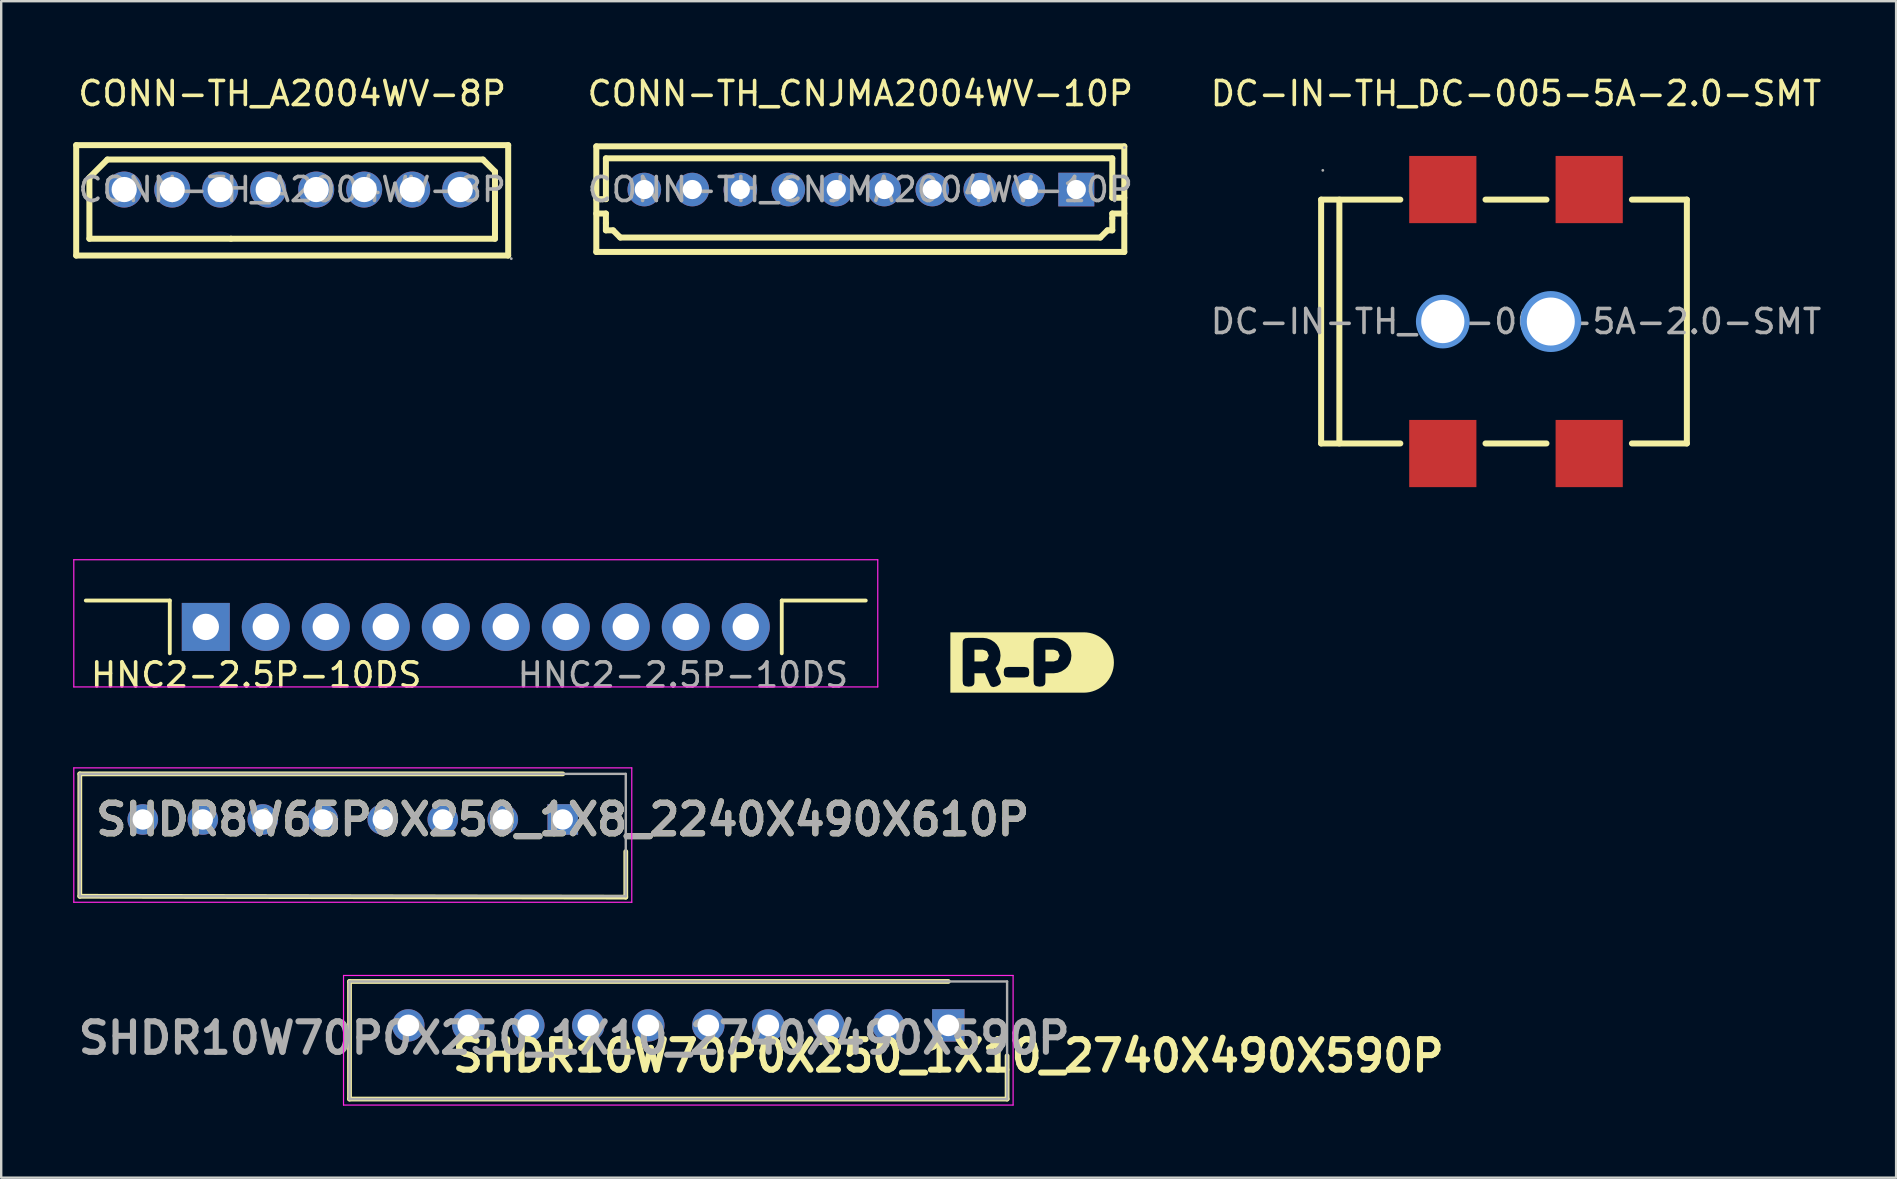
<source format=kicad_pcb>
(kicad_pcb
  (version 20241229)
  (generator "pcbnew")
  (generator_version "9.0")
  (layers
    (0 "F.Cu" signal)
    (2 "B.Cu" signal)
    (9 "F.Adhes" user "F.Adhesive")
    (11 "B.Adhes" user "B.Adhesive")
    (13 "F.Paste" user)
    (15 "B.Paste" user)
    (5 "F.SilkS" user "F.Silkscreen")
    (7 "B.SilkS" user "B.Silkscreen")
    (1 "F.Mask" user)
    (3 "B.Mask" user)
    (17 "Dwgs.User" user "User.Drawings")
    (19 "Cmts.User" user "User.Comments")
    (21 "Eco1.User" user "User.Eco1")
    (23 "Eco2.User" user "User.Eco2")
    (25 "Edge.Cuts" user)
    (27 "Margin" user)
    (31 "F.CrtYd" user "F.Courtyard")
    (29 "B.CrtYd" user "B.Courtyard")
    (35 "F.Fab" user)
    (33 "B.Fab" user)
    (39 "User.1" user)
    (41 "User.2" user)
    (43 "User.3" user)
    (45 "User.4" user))
  (footprint "SHDR10W70P0X250_1X10_2740X490X590P"
    (layer "F.Cu")
    (at 13.964 39.676)
    (property "Reference" "SHDR10W70P0X250_1X10_2740X490X590P" (at 22.5 1.27 180) (layer "F.SilkS") (effects (font (size 1.27 1.27) (thickness 0.254))))
    (attr through_hole)
    (fp_line (start -2.45 -1.83) (end -2.45 3.07) (stroke (width 0.2) (type solid)) (layer "F.SilkS"))
    (fp_line (start -2.45 3.07) (end 24.95 3.07) (stroke (width 0.2) (type solid)) (layer "F.SilkS"))
    (fp_line (start 22.5 -1.83) (end -2.45 -1.83) (stroke (width 0.2) (type solid)) (layer "F.SilkS"))
    (fp_line (start 24.95 3.07) (end 24.95 1.27) (stroke (width 0.2) (type solid)) (layer "F.SilkS"))
    (fp_line (start -2.7 -2.08) (end 25.2 -2.08) (stroke (width 0.05) (type solid)) (layer "F.CrtYd"))
    (fp_line (start -2.7 3.32) (end -2.7 -2.08) (stroke (width 0.05) (type solid)) (layer "F.CrtYd"))
    (fp_line (start 25.2 -2.08) (end 25.2 3.32) (stroke (width 0.05) (type solid)) (layer "F.CrtYd"))
    (fp_line (start 25.2 3.32) (end -2.7 3.32) (stroke (width 0.05) (type solid)) (layer "F.CrtYd"))
    (fp_line (start -2.45 -1.83) (end 24.95 -1.83) (stroke (width 0.1) (type solid)) (layer "F.Fab"))
    (fp_line (start -2.45 3.07) (end -2.45 -1.83) (stroke (width 0.1) (type solid)) (layer "F.Fab"))
    (fp_line (start 24.95 -1.83) (end 24.95 3.07) (stroke (width 0.1) (type solid)) (layer "F.Fab"))
    (fp_line (start 24.95 3.07) (end -2.45 3.07) (stroke (width 0.1) (type solid)) (layer "F.Fab"))
    (fp_text user "${REFERENCE}" (at 6.912 0.526 0) (layer "F.Fab") (effects (font (size 1.27 1.27) (thickness 0.254))))
    (pad "1" thru_hole rect (at 22.5 0 180) (size 1.35 1.35) (drill 0.9) (layers "*.Cu" "*.Mask"))
    (pad "2" thru_hole circle (at 20 0 180) (size 1.35 1.35) (drill 0.9) (layers "*.Cu" "*.Mask"))
    (pad "3" thru_hole circle (at 17.5 0 180) (size 1.35 1.35) (drill 0.9) (layers "*.Cu" "*.Mask"))
    (pad "4" thru_hole circle (at 15 0 180) (size 1.35 1.35) (drill 0.9) (layers "*.Cu" "*.Mask"))
    (pad "5" thru_hole circle (at 12.5 0 180) (size 1.35 1.35) (drill 0.9) (layers "*.Cu" "*.Mask"))
    (pad "6" thru_hole circle (at 10 0 180) (size 1.35 1.35) (drill 0.9) (layers "*.Cu" "*.Mask"))
    (pad "7" thru_hole circle (at 7.5 0 180) (size 1.35 1.35) (drill 0.9) (layers "*.Cu" "*.Mask"))
    (pad "8" thru_hole circle (at 5 0 180) (size 1.35 1.35) (drill 0.9) (layers "*.Cu" "*.Mask"))
    (pad "9" thru_hole circle (at 2.5 0 180) (size 1.35 1.35) (drill 0.9) (layers "*.Cu" "*.Mask"))
    (pad "10" thru_hole circle (at 0 0 180) (size 1.35 1.35) (drill 0.9) (layers "*.Cu" "*.Mask")))
  (footprint "kibuzzard-64F67CB8"
    (layer "F.Cu")
    (at 39.957 24.555)
    (property "Reference" "kibuzzard-64F67CB8" (at 0 -4.306 0) (layer "F.SilkS") (effects (font (size 0.001 0.001) (thickness 0.15))))
    (attr board_only exclude_from_pos_files exclude_from_bom)
    (fp_poly (pts (xy -2.403 -0.043) (xy -2.047 -0.043) (xy -1.886 -0.104) (xy -1.806 -0.288) (xy -1.886 -0.472) (xy -2.053 -0.535) (xy -2.403 -0.535) (xy -2.403 -0.043)) (stroke (width 0) (type solid)) (fill yes) (layer "F.SilkS"))
    (fp_poly (pts (xy 0.9 -0.535) (xy 0.553 -0.535) (xy 0.553 -0.043) (xy 0.903 -0.043) (xy 1.067 -0.104) (xy 1.148 -0.288) (xy 1.067 -0.472) (xy 0.9 -0.535)) (stroke (width 0) (type solid)) (fill yes) (layer "F.SilkS"))
    (fp_poly (pts (xy -2.895 -1.258) (xy -3.407 -1.258) (xy -3.407 1.258) (xy -2.895 1.258) (xy -1.61 1.258) (xy -1.61 1.027) (xy -1.699 1) (xy -1.75 0.946) (xy -1.786 0.867) (xy -1.859 0.699) (xy -1.967 0.443) (xy -2.053 0.449) (xy -2.403 0.449) (xy -2.403 0.763) (xy -2.407 0.858) (xy -2.433 0.932) (xy -2.507 0.988) (xy -2.65 1.007) (xy -2.804 0.981) (xy -2.878 0.904) (xy -2.895 0.76) (xy -2.895 -0.782) (xy -2.89 -0.878) (xy -2.864 -0.952) (xy -2.79 -1.008) (xy -2.647 -1.027) (xy -2.047 -1.027) (xy -1.886 -1.007) (xy -1.727 -0.947) (xy -1.572 -0.849) (xy -1.471 -0.747) (xy -1.389 -0.615) (xy -1.335 -0.46) (xy -1.317 -0.288) (xy -1.34 -0.091) (xy -1.409 0.082) (xy -1.525 0.229) (xy -1.477 0.343) (xy -1.414 0.488) (xy -1.336 0.665) (xy -1.294 0.81) (xy -1.337 0.907) (xy -1.467 0.988) (xy -1.61 1.027) (xy -1.61 1.258) (xy -0.322 1.258) (xy -0.322 0.624) (xy -0.983 0.624) (xy -1.108 0.6) (xy -1.169 0.529) (xy -1.183 0.401) (xy -1.167 0.276) (xy -1.114 0.21) (xy -0.98 0.185) (xy -0.319 0.185) (xy -0.196 0.208) (xy -0.136 0.276) (xy -0.119 0.404) (xy -0.135 0.531) (xy -0.183 0.599) (xy -0.322 0.624) (xy -0.322 1.258) (xy 0.306 1.258) (xy 0.306 1.007) (xy 0.152 0.981) (xy 0.078 0.904) (xy 0.061 0.76) (xy 0.061 -0.782) (xy 0.066 -0.878) (xy 0.092 -0.952) (xy 0.166 -1.008) (xy 0.309 -1.027) (xy 0.903 -1.027) (xy 1.065 -1.007) (xy 1.223 -0.947) (xy 1.378 -0.849) (xy 1.482 -0.747) (xy 1.564 -0.615) (xy 1.618 -0.46) (xy 1.637 -0.288) (xy 1.618 -0.116) (xy 1.564 0.039) (xy 1.482 0.17) (xy 1.378 0.271) (xy 1.223 0.37) (xy 1.063 0.429) (xy 0.9 0.449) (xy 0.553 0.449) (xy 0.553 0.763) (xy 0.549 0.858) (xy 0.523 0.932) (xy 0.449 0.988) (xy 0.306 1.007) (xy 0.306 1.258) (xy 1.637 1.258) (xy 2.149 1.258) (xy 2.272 1.252) (xy 2.395 1.234) (xy 2.514 1.204) (xy 2.631 1.162) (xy 2.742 1.109) (xy 2.848 1.046) (xy 2.947 0.972) (xy 3.039 0.89) (xy 3.122 0.798) (xy 3.195 0.699) (xy 3.259 0.593) (xy 3.311 0.481) (xy 3.353 0.365) (xy 3.383 0.245) (xy 3.401 0.123) (xy 3.407 0) (xy 3.401 -0.123) (xy 3.383 -0.245) (xy 3.353 -0.365) (xy 3.311 -0.481) (xy 3.259 -0.593) (xy 3.195 -0.699) (xy 3.122 -0.798) (xy 3.039 -0.89) (xy 2.947 -0.972) (xy 2.848 -1.046) (xy 2.742 -1.109) (xy 2.631 -1.162) (xy 2.514 -1.204) (xy 2.395 -1.234) (xy 2.272 -1.252) (xy 2.149 -1.258) (xy 1.637 -1.258) (xy -2.895 -1.258)) (stroke (width 0) (type solid)) (fill yes) (layer "F.SilkS")))
  (footprint "CONN-TH_CNJMA2004WV-10P"
    (layer "F.Cu")
    (at 32.797 4.848)
    (property "Reference" "CONN-TH_CNJMA2004WV-10P" (at 0 -4 0) (layer "F.SilkS") (effects (font (size 1 1) (thickness 0.15))))
    (attr smd)
    (fp_line (start -11 -1.8) (end -11 2.6) (stroke (width 0.25) (type solid)) (layer "F.SilkS"))
    (fp_line (start -10.6 -1.3) (end -10.6 0.4) (stroke (width 0.25) (type solid)) (layer "F.SilkS"))
    (fp_line (start -10.6 0.4) (end -11 0.4) (stroke (width 0.25) (type solid)) (layer "F.SilkS"))
    (fp_line (start -10.6 1) (end -11 1) (stroke (width 0.25) (type solid)) (layer "F.SilkS"))
    (fp_line (start -10.6 1) (end -10.6 1.4) (stroke (width 0.25) (type solid)) (layer "F.SilkS"))
    (fp_line (start -10.6 1.4) (end -10.6 1.7) (stroke (width 0.25) (type solid)) (layer "F.SilkS"))
    (fp_line (start -10.6 1.7) (end -10.3 1.7) (stroke (width 0.25) (type solid)) (layer "F.SilkS"))
    (fp_line (start -10.3 1.7) (end -10 2) (stroke (width 0.25) (type solid)) (layer "F.SilkS"))
    (fp_line (start -10 2) (end 10 2) (stroke (width 0.25) (type solid)) (layer "F.SilkS"))
    (fp_line (start 10.3 1.7) (end 10 2) (stroke (width 0.25) (type solid)) (layer "F.SilkS"))
    (fp_line (start 10.5 -1.3) (end -10.6 -1.3) (stroke (width 0.25) (type solid)) (layer "F.SilkS"))
    (fp_line (start 10.5 0.34) (end 10.5 -1.3) (stroke (width 0.25) (type solid)) (layer "F.SilkS"))
    (fp_line (start 10.5 1) (end 10.5 1.2) (stroke (width 0.25) (type solid)) (layer "F.SilkS"))
    (fp_line (start 10.5 1) (end 11 1) (stroke (width 0.25) (type solid)) (layer "F.SilkS"))
    (fp_line (start 10.5 1.2) (end 10.5 1.7) (stroke (width 0.25) (type solid)) (layer "F.SilkS"))
    (fp_line (start 10.5 1.7) (end 10.3 1.7) (stroke (width 0.25) (type solid)) (layer "F.SilkS"))
    (fp_line (start 11 -1.8) (end -11 -1.8) (stroke (width 0.25) (type solid)) (layer "F.SilkS"))
    (fp_line (start 11 -1.8) (end 11 2.6) (stroke (width 0.25) (type solid)) (layer "F.SilkS"))
    (fp_line (start 11 0.34) (end 10.5 0.34) (stroke (width 0.25) (type solid)) (layer "F.SilkS"))
    (fp_line (start 11 2.6) (end -11 2.6) (stroke (width 0.25) (type solid)) (layer "F.SilkS"))
    (fp_circle (center 11 -1.75) (end 11.03 -1.75) (stroke (width 0.06) (type solid)) (fill no) (layer "F.Fab"))
    (fp_text user "${REFERENCE}" (at 0 0 0) (layer "F.Fab") (effects (font (size 1 1) (thickness 0.15))))
    (pad "1" thru_hole rect (at 9 0 180) (size 1.5 1.4) (drill 0.8) (layers "*.Cu" "*.Paste" "*.Mask"))
    (pad "2" thru_hole circle (at 7 0 180) (size 1.4 1.4) (drill 0.8) (layers "*.Cu" "*.Paste" "*.Mask"))
    (pad "3" thru_hole circle (at 5 0 180) (size 1.4 1.4) (drill 0.8) (layers "*.Cu" "*.Paste" "*.Mask"))
    (pad "4" thru_hole circle (at 3 0 180) (size 1.4 1.4) (drill 0.8) (layers "*.Cu" "*.Paste" "*.Mask"))
    (pad "5" thru_hole circle (at 1 0 180) (size 1.4 1.4) (drill 0.8) (layers "*.Cu" "*.Paste" "*.Mask"))
    (pad "6" thru_hole circle (at -1 0 180) (size 1.4 1.4) (drill 0.8) (layers "*.Cu" "*.Paste" "*.Mask"))
    (pad "7" thru_hole circle (at -3 0 180) (size 1.4 1.4) (drill 0.8) (layers "*.Cu" "*.Paste" "*.Mask"))
    (pad "8" thru_hole circle (at -5 0 180) (size 1.4 1.4) (drill 0.8) (layers "*.Cu" "*.Paste" "*.Mask"))
    (pad "9" thru_hole circle (at -7 0 180) (size 1.4 1.4) (drill 0.8) (layers "*.Cu" "*.Paste" "*.Mask"))
    (pad "10" thru_hole circle (at -9 0 180) (size 1.4 1.4) (drill 0.8) (layers "*.Cu" "*.Paste" "*.Mask")))
  (footprint "SHDR8W65P0X250_1X8_2240X490X610P"
    (layer "F.Cu")
    (at 20.4 31.096)
    (property "Reference" "SHDR8W65P0X250_1X8_2240X490X610P" (at 0 0 0) (layer "F.SilkS") (effects (font (size 1.27 1.27) (thickness 0.254))))
    (attr through_hole)
    (fp_line (start -20.125 -1.9) (end 0 -1.9) (stroke (width 0.2) (type solid)) (layer "F.SilkS"))
    (fp_line (start -20.125 3.2) (end -20.125 -1.9) (stroke (width 0.2) (type solid)) (layer "F.SilkS"))
    (fp_line (start 2.625 1.336) (end 2.625 3.236) (stroke (width 0.2) (type solid)) (layer "F.SilkS"))
    (fp_line (start 2.625 3.236) (end -20.125 3.2) (stroke (width 0.2) (type solid)) (layer "F.SilkS"))
    (fp_line (start -20.375 -2.15) (end 2.875 -2.15) (stroke (width 0.05) (type solid)) (layer "F.CrtYd"))
    (fp_line (start -20.375 3.45) (end -20.375 -2.15) (stroke (width 0.05) (type solid)) (layer "F.CrtYd"))
    (fp_line (start 2.875 -2.15) (end 2.875 3.45) (stroke (width 0.05) (type solid)) (layer "F.CrtYd"))
    (fp_line (start 2.875 3.45) (end -20.375 3.45) (stroke (width 0.05) (type solid)) (layer "F.CrtYd"))
    (fp_line (start -20.125 -1.9) (end 2.625 -1.9) (stroke (width 0.1) (type solid)) (layer "F.Fab"))
    (fp_line (start -20.125 3.2) (end -20.125 -1.9) (stroke (width 0.1) (type solid)) (layer "F.Fab"))
    (fp_line (start 2.625 -1.9) (end 2.625 3.2) (stroke (width 0.1) (type solid)) (layer "F.Fab"))
    (fp_line (start 2.625 3.2) (end -20.125 3.2) (stroke (width 0.1) (type solid)) (layer "F.Fab"))
    (fp_text user "${REFERENCE}" (at 0 0 0) (layer "F.Fab") (effects (font (size 1.27 1.27) (thickness 0.254))))
    (pad "1" thru_hole rect (at 0 0) (size 1.275 1.275) (drill 0.85) (layers "*.Cu" "*.Mask"))
    (pad "2" thru_hole circle (at -2.5 0) (size 1.275 1.275) (drill 0.85) (layers "*.Cu" "*.Mask"))
    (pad "3" thru_hole circle (at -5 0) (size 1.275 1.275) (drill 0.85) (layers "*.Cu" "*.Mask"))
    (pad "4" thru_hole circle (at -7.5 0) (size 1.275 1.275) (drill 0.85) (layers "*.Cu" "*.Mask"))
    (pad "5" thru_hole circle (at -10 0) (size 1.275 1.275) (drill 0.85) (layers "*.Cu" "*.Mask"))
    (pad "6" thru_hole circle (at -12.5 0) (size 1.275 1.275) (drill 0.85) (layers "*.Cu" "*.Mask"))
    (pad "7" thru_hole circle (at -15 0) (size 1.275 1.275) (drill 0.85) (layers "*.Cu" "*.Mask"))
    (pad "8" thru_hole circle (at -17.5 0) (size 1.275 1.275) (drill 0.85) (layers "*.Cu" "*.Mask")))
  (footprint "DC-IN-TH_DC-005-5A-2.0-SMT"
    (layer "F.Cu")
    (at 60.119 10.348)
    (property "Reference" "DC-IN-TH_DC-005-5A-2.0-SMT" (at 0 -9.5 0) (layer "F.SilkS") (effects (font (size 1 1) (thickness 0.15))))
    (attr smd)
    (fp_line (start -8.12 -5.08) (end -8.12 5.08) (stroke (width 0.25) (type solid)) (layer "F.SilkS"))
    (fp_line (start -8.12 5.08) (end -4.82 5.08) (stroke (width 0.25) (type solid)) (layer "F.SilkS"))
    (fp_line (start -7.36 -5.08) (end -7.36 5.08) (stroke (width 0.25) (type solid)) (layer "F.SilkS"))
    (fp_line (start -4.82 -5.08) (end -8.12 -5.08) (stroke (width 0.25) (type solid)) (layer "F.SilkS"))
    (fp_line (start -1.27 -5.08) (end 1.27 -5.08) (stroke (width 0.25) (type solid)) (layer "F.SilkS"))
    (fp_line (start -1.27 5.08) (end 1.27 5.08) (stroke (width 0.25) (type solid)) (layer "F.SilkS"))
    (fp_line (start 4.83 5.08) (end 7.12 5.08) (stroke (width 0.25) (type solid)) (layer "F.SilkS"))
    (fp_line (start 7.12 -5.08) (end 4.83 -5.08) (stroke (width 0.25) (type solid)) (layer "F.SilkS"))
    (fp_line (start 7.12 5.08) (end 7.12 -5.08) (stroke (width 0.25) (type solid)) (layer "F.SilkS"))
    (fp_circle (center -3.05 0) (end -2.68 0) (stroke (width 0.75) (type solid)) (fill no) (layer "Cmts.User"))
    (fp_circle (center 1.45 0) (end 1.87 0) (stroke (width 0.85) (type solid)) (fill no) (layer "Cmts.User"))
    (fp_circle (center -8.05 -6.3) (end -8.02 -6.3) (stroke (width 0.06) (type solid)) (fill no) (layer "F.Fab"))
    (fp_text user "${REFERENCE}" (at 0 0 0) (layer "F.Fab") (effects (font (size 1 1) (thickness 0.15))))
    (pad "" thru_hole circle (at -3.05 0) (size 1.8 1.8) (drill 1.8) (layers "*.Cu" "*.Mask"))
    (pad "" thru_hole circle (at 1.45 0) (size 2 2) (drill 2) (layers "*.Cu" "*.Mask"))
    (pad "1" smd rect (at -3.05 -5.5) (size 2.8 2.8) (layers "F.Cu" "F.Mask" "F.Paste"))
    (pad "1" smd rect (at 3.05 -5.5) (size 2.8 2.8) (layers "F.Cu" "F.Mask" "F.Paste"))
    (pad "2" smd rect (at -3.05 5.5) (size 2.8 2.8) (layers "F.Cu" "F.Mask" "F.Paste"))
    (pad "3" smd rect (at 3.05 5.5) (size 2.8 2.8) (layers "F.Cu" "F.Mask" "F.Paste")))
  (footprint "HNC2-2.5P-10DS"
    (layer "F.Cu")
    (at 15.525 23.073)
    (property "Reference" "HNC2-2.5P-10DS" (at -7.9 2 180) (layer "F.SilkS") (effects (font (size 1 1) (thickness 0.15))))
    (attr through_hole)
    (fp_line (start -11.5 -1.1) (end -15 -1.1) (stroke (width 0.16) (type solid)) (layer "F.SilkS"))
    (fp_line (start -11.5 1.1) (end -11.5 -1.1) (stroke (width 0.16) (type solid)) (layer "F.SilkS"))
    (fp_line (start 14 -1.1) (end 14 1.1) (stroke (width 0.16) (type solid)) (layer "F.SilkS"))
    (fp_line (start 17.5 -1.1) (end 14 -1.1) (stroke (width 0.16) (type solid)) (layer "F.SilkS"))
    (fp_line (start -15.5 -2.8) (end 18 -2.8) (stroke (width 0.05) (type solid)) (layer "F.CrtYd"))
    (fp_line (start -15.5 2.5) (end -15.5 -2.8) (stroke (width 0.05) (type solid)) (layer "F.CrtYd"))
    (fp_line (start 18 -2.8) (end 18 2.5) (stroke (width 0.05) (type solid)) (layer "F.CrtYd"))
    (fp_line (start 18 2.5) (end -15.5 2.5) (stroke (width 0.05) (type solid)) (layer "F.CrtYd"))
    (fp_text user "${REFERENCE}" (at 9.88 2 180) (layer "F.Fab") (effects (font (size 1 1) (thickness 0.15))))
    (pad "1" thru_hole rect (at -10 0 180) (size 2 2) (drill 1.1) (layers "*.Cu" "*.Mask"))
    (pad "2" thru_hole circle (at -7.5 0 180) (size 2 2) (drill 1.1) (layers "*.Cu" "*.Mask"))
    (pad "3" thru_hole circle (at -5 0 180) (size 2 2) (drill 1.1) (layers "*.Cu" "*.Mask"))
    (pad "4" thru_hole circle (at -2.5 0 180) (size 2 2) (drill 1.1) (layers "*.Cu" "*.Mask"))
    (pad "5" thru_hole circle (at 0 0 180) (size 2 2) (drill 1.1) (layers "*.Cu" "*.Mask"))
    (pad "6" thru_hole circle (at 2.5 0 180) (size 2 2) (drill 1.1) (layers "*.Cu" "*.Mask"))
    (pad "7" thru_hole circle (at 5 0 180) (size 2 2) (drill 1.1) (layers "*.Cu" "*.Mask"))
    (pad "8" thru_hole circle (at 7.5 0 180) (size 2 2) (drill 1.1) (layers "*.Cu" "*.Mask"))
    (pad "9" thru_hole circle (at 10 0 180) (size 2 2) (drill 1.1) (layers "*.Cu" "*.Mask"))
    (pad "10" thru_hole circle (at 12.5 0 180) (size 2 2) (drill 1.1) (layers "*.Cu" "*.Mask")))
  (footprint "CONN-TH_A2004WV-8P"
    (layer "F.Cu")
    (at 9.125 4.848)
    (property "Reference" "CONN-TH_A2004WV-8P" (at 0 -4 0) (layer "F.SilkS") (effects (font (size 1 1) (thickness 0.15))))
    (attr smd)
    (fp_line (start -9 2.75) (end -9 -1.85) (stroke (width 0.25) (type solid)) (layer "F.SilkS"))
    (fp_line (start -8.45 -0.5) (end -7.7 -1.25) (stroke (width 0.25) (type solid)) (layer "F.SilkS"))
    (fp_line (start -8.45 2.05) (end -8.45 -0.5) (stroke (width 0.25) (type solid)) (layer "F.SilkS"))
    (fp_line (start -7.7 -1.25) (end 7.95 -1.25) (stroke (width 0.25) (type solid)) (layer "F.SilkS"))
    (fp_line (start -2.55 2.05) (end -8.45 2.05) (stroke (width 0.25) (type solid)) (layer "F.SilkS"))
    (fp_line (start 7.95 -1.25) (end 8.45 -0.75) (stroke (width 0.25) (type solid)) (layer "F.SilkS"))
    (fp_line (start 8.45 -0.75) (end 8.45 2.05) (stroke (width 0.25) (type solid)) (layer "F.SilkS"))
    (fp_line (start 8.45 2.05) (end -2.55 2.05) (stroke (width 0.25) (type solid)) (layer "F.SilkS"))
    (fp_line (start 9 -1.85) (end -9 -1.85) (stroke (width 0.25) (type solid)) (layer "F.SilkS"))
    (fp_line (start 9 -1.85) (end 9 2.75) (stroke (width 0.25) (type solid)) (layer "F.SilkS"))
    (fp_line (start 9 2.75) (end -9 2.75) (stroke (width 0.25) (type solid)) (layer "F.SilkS"))
    (fp_circle (center -7 0) (end -6.79 0) (stroke (width 0.42) (type solid)) (fill no) (layer "F.Fab"))
    (fp_circle (center -5 0) (end -4.79 0) (stroke (width 0.42) (type solid)) (fill no) (layer "F.Fab"))
    (fp_circle (center -3 0) (end -2.79 0) (stroke (width 0.42) (type solid)) (fill no) (layer "F.Fab"))
    (fp_circle (center -1 0) (end -0.79 0) (stroke (width 0.42) (type solid)) (fill no) (layer "F.Fab"))
    (fp_circle (center 1 0) (end 1.21 0) (stroke (width 0.42) (type solid)) (fill no) (layer "F.Fab"))
    (fp_circle (center 3 0) (end 3.21 0) (stroke (width 0.42) (type solid)) (fill no) (layer "F.Fab"))
    (fp_circle (center 5 0) (end 5.21 0) (stroke (width 0.42) (type solid)) (fill no) (layer "F.Fab"))
    (fp_circle (center 7 0) (end 7.21 0) (stroke (width 0.42) (type solid)) (fill no) (layer "F.Fab"))
    (fp_circle (center 9.13 2.88) (end 9.16 2.88) (stroke (width 0.06) (type solid)) (fill no) (layer "F.Fab"))
    (fp_text user "${REFERENCE}" (at 0 0 0) (layer "F.Fab") (effects (font (size 1 1) (thickness 0.15))))
    (pad "1" thru_hole circle (at 7 0) (size 1.5 1.5) (drill 1.05) (layers "*.Cu" "*.Paste" "*.Mask"))
    (pad "2" thru_hole circle (at 5 0) (size 1.5 1.5) (drill 1.05) (layers "*.Cu" "*.Paste" "*.Mask"))
    (pad "3" thru_hole circle (at 3 0) (size 1.5 1.5) (drill 1.05) (layers "*.Cu" "*.Paste" "*.Mask"))
    (pad "4" thru_hole circle (at 1 0) (size 1.5 1.5) (drill 1.05) (layers "*.Cu" "*.Paste" "*.Mask"))
    (pad "5" thru_hole circle (at -1 0) (size 1.5 1.5) (drill 1.05) (layers "*.Cu" "*.Paste" "*.Mask"))
    (pad "6" thru_hole circle (at -3 0) (size 1.5 1.5) (drill 1.05) (layers "*.Cu" "*.Paste" "*.Mask"))
    (pad "7" thru_hole circle (at -5 0) (size 1.5 1.5) (drill 1.05) (layers "*.Cu" "*.Paste" "*.Mask"))
    (pad "8" thru_hole circle (at -7 0) (size 1.5 1.5) (drill 1.05) (layers "*.Cu" "*.Paste" "*.Mask")))
  (gr_rect
    (start -3 -3)
    (end 75.958 46.022)
    (stroke (width 0.1) (type default))
    (fill no)
    (layer "Edge.Cuts")))
</source>
